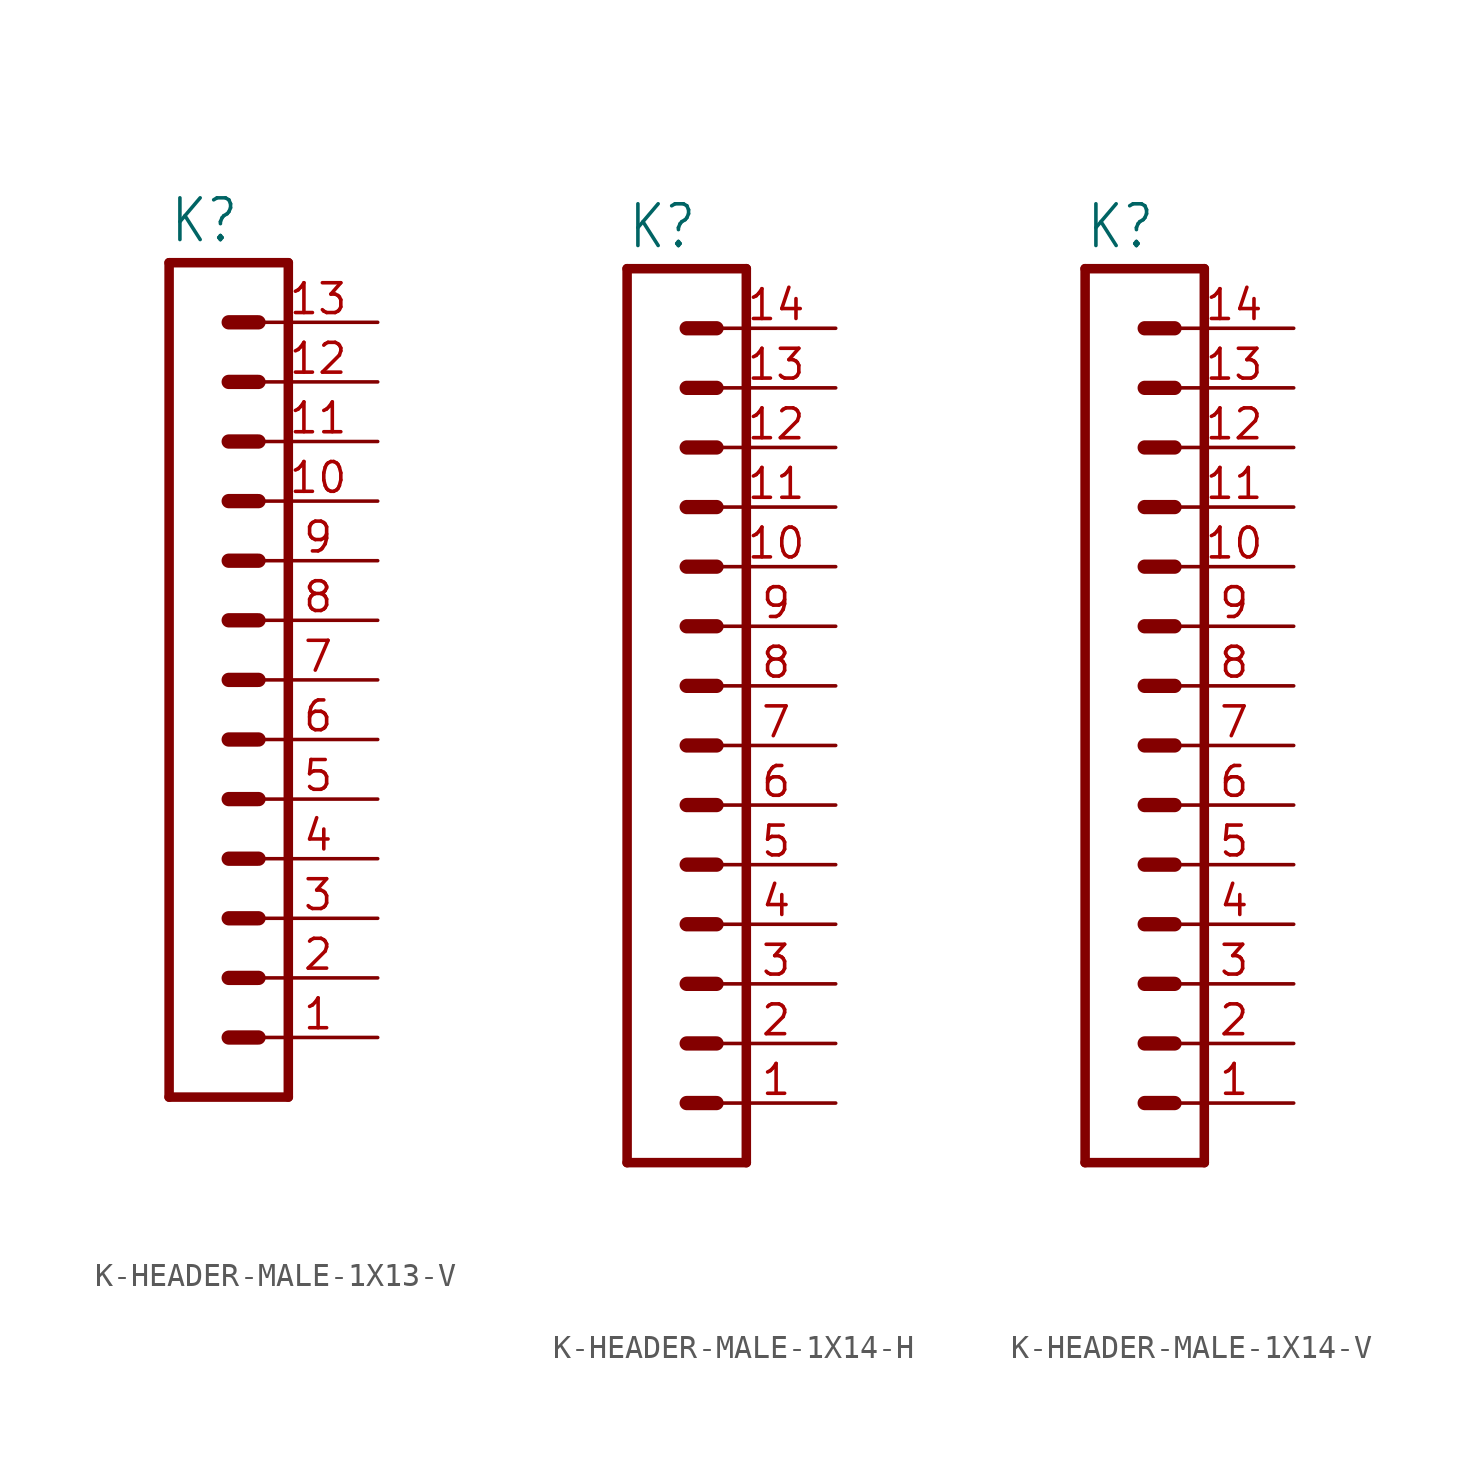
<source format=kicad_sym>
(kicad_symbol_lib
  (version 20231120)
  (generator "kicad_symbol_editor")
  (generator_version "8.0")
  (symbol "K-HEADER-MALE-1X13-V"
    (property "Reference" "K"
      (at -1.27 28.702 0)
      (effects (font (size 1.778 1.511)) (justify left bottom)))
    (property "Value" ""
      (at -1.27 -10.16 0)
      (effects (font (size 1.778 1.511)) (justify left bottom)))
    (property "ki_locked" ""
      (at 0 0 0)
      (effects (font (size 1.27 1.27))))
    (symbol "K-HEADER-MALE-1X13-V_1_0"
      (polyline (pts (xy -1.27 27.94) (xy -1.27 -7.62)) (stroke (width 0.406) (type solid)) (fill (type none)))
      (polyline (pts (xy -1.27 27.94) (xy 3.81 27.94)) (stroke (width 0.406) (type solid)) (fill (type none)))
      (polyline (pts (xy 1.27 -5.08) (xy 2.54 -5.08)) (stroke (width 0.61) (type solid)) (fill (type none)))
      (polyline (pts (xy 1.27 -2.54) (xy 2.54 -2.54)) (stroke (width 0.61) (type solid)) (fill (type none)))
      (polyline (pts (xy 1.27 0) (xy 2.54 0)) (stroke (width 0.61) (type solid)) (fill (type none)))
      (polyline (pts (xy 1.27 2.54) (xy 2.54 2.54)) (stroke (width 0.61) (type solid)) (fill (type none)))
      (polyline (pts (xy 1.27 5.08) (xy 2.54 5.08)) (stroke (width 0.61) (type solid)) (fill (type none)))
      (polyline (pts (xy 1.27 7.62) (xy 2.54 7.62)) (stroke (width 0.61) (type solid)) (fill (type none)))
      (polyline (pts (xy 1.27 10.16) (xy 2.54 10.16)) (stroke (width 0.61) (type solid)) (fill (type none)))
      (polyline (pts (xy 1.27 12.7) (xy 2.54 12.7)) (stroke (width 0.61) (type solid)) (fill (type none)))
      (polyline (pts (xy 1.27 15.24) (xy 2.54 15.24)) (stroke (width 0.61) (type solid)) (fill (type none)))
      (polyline (pts (xy 1.27 17.78) (xy 2.54 17.78)) (stroke (width 0.61) (type solid)) (fill (type none)))
      (polyline (pts (xy 1.27 20.32) (xy 2.54 20.32)) (stroke (width 0.61) (type solid)) (fill (type none)))
      (polyline (pts (xy 1.27 22.86) (xy 2.54 22.86)) (stroke (width 0.61) (type solid)) (fill (type none)))
      (polyline (pts (xy 1.27 25.4) (xy 2.54 25.4)) (stroke (width 0.61) (type solid)) (fill (type none)))
      (polyline (pts (xy 3.81 -7.62) (xy -1.27 -7.62)) (stroke (width 0.406) (type solid)) (fill (type none)))
      (polyline (pts (xy 3.81 -7.62) (xy 3.81 27.94)) (stroke (width 0.406) (type solid)) (fill (type none)))
      (pin passive line (at 7.62 -5.08 180) (length 5.08) (name "1" (effects (font (size 0 0)))) (number "1" (effects (font (size 1.27 1.27)))))
      (pin passive line (at 7.62 17.78 180) (length 5.08) (name "10" (effects (font (size 0 0)))) (number "10" (effects (font (size 1.27 1.27)))))
      (pin passive line (at 7.62 20.32 180) (length 5.08) (name "11" (effects (font (size 0 0)))) (number "11" (effects (font (size 1.27 1.27)))))
      (pin passive line (at 7.62 22.86 180) (length 5.08) (name "12" (effects (font (size 0 0)))) (number "12" (effects (font (size 1.27 1.27)))))
      (pin passive line (at 7.62 25.4 180) (length 5.08) (name "13" (effects (font (size 0 0)))) (number "13" (effects (font (size 1.27 1.27)))))
      (pin passive line (at 7.62 -2.54 180) (length 5.08) (name "2" (effects (font (size 0 0)))) (number "2" (effects (font (size 1.27 1.27)))))
      (pin passive line (at 7.62 0 180) (length 5.08) (name "3" (effects (font (size 0 0)))) (number "3" (effects (font (size 1.27 1.27)))))
      (pin passive line (at 7.62 2.54 180) (length 5.08) (name "4" (effects (font (size 0 0)))) (number "4" (effects (font (size 1.27 1.27)))))
      (pin passive line (at 7.62 5.08 180) (length 5.08) (name "5" (effects (font (size 0 0)))) (number "5" (effects (font (size 1.27 1.27)))))
      (pin passive line (at 7.62 7.62 180) (length 5.08) (name "6" (effects (font (size 0 0)))) (number "6" (effects (font (size 1.27 1.27)))))
      (pin passive line (at 7.62 10.16 180) (length 5.08) (name "7" (effects (font (size 0 0)))) (number "7" (effects (font (size 1.27 1.27)))))
      (pin passive line (at 7.62 12.7 180) (length 5.08) (name "8" (effects (font (size 0 0)))) (number "8" (effects (font (size 1.27 1.27)))))
      (pin passive line (at 7.62 15.24 180) (length 5.08) (name "9" (effects (font (size 0 0)))) (number "9" (effects (font (size 1.27 1.27)))))))
  (symbol "K-HEADER-MALE-1X14-H"
    (property "Reference" "K"
      (at -1.27 31.242 0)
      (effects (font (size 1.778 1.511)) (justify left bottom)))
    (property "Value" ""
      (at -1.27 -10.16 0)
      (effects (font (size 1.778 1.511)) (justify left bottom)))
    (property "ki_locked" ""
      (at 0 0 0)
      (effects (font (size 1.27 1.27))))
    (symbol "K-HEADER-MALE-1X14-H_1_0"
      (polyline (pts (xy -1.27 30.48) (xy -1.27 -7.62)) (stroke (width 0.406) (type solid)) (fill (type none)))
      (polyline (pts (xy -1.27 30.48) (xy 3.81 30.48)) (stroke (width 0.406) (type solid)) (fill (type none)))
      (polyline (pts (xy 1.27 -5.08) (xy 2.54 -5.08)) (stroke (width 0.61) (type solid)) (fill (type none)))
      (polyline (pts (xy 1.27 -2.54) (xy 2.54 -2.54)) (stroke (width 0.61) (type solid)) (fill (type none)))
      (polyline (pts (xy 1.27 0) (xy 2.54 0)) (stroke (width 0.61) (type solid)) (fill (type none)))
      (polyline (pts (xy 1.27 2.54) (xy 2.54 2.54)) (stroke (width 0.61) (type solid)) (fill (type none)))
      (polyline (pts (xy 1.27 5.08) (xy 2.54 5.08)) (stroke (width 0.61) (type solid)) (fill (type none)))
      (polyline (pts (xy 1.27 7.62) (xy 2.54 7.62)) (stroke (width 0.61) (type solid)) (fill (type none)))
      (polyline (pts (xy 1.27 10.16) (xy 2.54 10.16)) (stroke (width 0.61) (type solid)) (fill (type none)))
      (polyline (pts (xy 1.27 12.7) (xy 2.54 12.7)) (stroke (width 0.61) (type solid)) (fill (type none)))
      (polyline (pts (xy 1.27 15.24) (xy 2.54 15.24)) (stroke (width 0.61) (type solid)) (fill (type none)))
      (polyline (pts (xy 1.27 17.78) (xy 2.54 17.78)) (stroke (width 0.61) (type solid)) (fill (type none)))
      (polyline (pts (xy 1.27 20.32) (xy 2.54 20.32)) (stroke (width 0.61) (type solid)) (fill (type none)))
      (polyline (pts (xy 1.27 22.86) (xy 2.54 22.86)) (stroke (width 0.61) (type solid)) (fill (type none)))
      (polyline (pts (xy 1.27 25.4) (xy 2.54 25.4)) (stroke (width 0.61) (type solid)) (fill (type none)))
      (polyline (pts (xy 1.27 27.94) (xy 2.54 27.94)) (stroke (width 0.61) (type solid)) (fill (type none)))
      (polyline (pts (xy 3.81 -7.62) (xy -1.27 -7.62)) (stroke (width 0.406) (type solid)) (fill (type none)))
      (polyline (pts (xy 3.81 -7.62) (xy 3.81 30.48)) (stroke (width 0.406) (type solid)) (fill (type none)))
      (pin passive line (at 7.62 -5.08 180) (length 5.08) (name "1" (effects (font (size 0 0)))) (number "1" (effects (font (size 1.27 1.27)))))
      (pin passive line (at 7.62 17.78 180) (length 5.08) (name "10" (effects (font (size 0 0)))) (number "10" (effects (font (size 1.27 1.27)))))
      (pin passive line (at 7.62 20.32 180) (length 5.08) (name "11" (effects (font (size 0 0)))) (number "11" (effects (font (size 1.27 1.27)))))
      (pin passive line (at 7.62 22.86 180) (length 5.08) (name "12" (effects (font (size 0 0)))) (number "12" (effects (font (size 1.27 1.27)))))
      (pin passive line (at 7.62 25.4 180) (length 5.08) (name "13" (effects (font (size 0 0)))) (number "13" (effects (font (size 1.27 1.27)))))
      (pin passive line (at 7.62 27.94 180) (length 5.08) (name "14" (effects (font (size 0 0)))) (number "14" (effects (font (size 1.27 1.27)))))
      (pin passive line (at 7.62 -2.54 180) (length 5.08) (name "2" (effects (font (size 0 0)))) (number "2" (effects (font (size 1.27 1.27)))))
      (pin passive line (at 7.62 0 180) (length 5.08) (name "3" (effects (font (size 0 0)))) (number "3" (effects (font (size 1.27 1.27)))))
      (pin passive line (at 7.62 2.54 180) (length 5.08) (name "4" (effects (font (size 0 0)))) (number "4" (effects (font (size 1.27 1.27)))))
      (pin passive line (at 7.62 5.08 180) (length 5.08) (name "5" (effects (font (size 0 0)))) (number "5" (effects (font (size 1.27 1.27)))))
      (pin passive line (at 7.62 7.62 180) (length 5.08) (name "6" (effects (font (size 0 0)))) (number "6" (effects (font (size 1.27 1.27)))))
      (pin passive line (at 7.62 10.16 180) (length 5.08) (name "7" (effects (font (size 0 0)))) (number "7" (effects (font (size 1.27 1.27)))))
      (pin passive line (at 7.62 12.7 180) (length 5.08) (name "8" (effects (font (size 0 0)))) (number "8" (effects (font (size 1.27 1.27)))))
      (pin passive line (at 7.62 15.24 180) (length 5.08) (name "9" (effects (font (size 0 0)))) (number "9" (effects (font (size 1.27 1.27)))))))
  (symbol "K-HEADER-MALE-1X14-V"
    (property "Reference" "K"
      (at -1.27 31.242 0)
      (effects (font (size 1.778 1.511)) (justify left bottom)))
    (property "Value" ""
      (at -1.27 -10.16 0)
      (effects (font (size 1.778 1.511)) (justify left bottom)))
    (property "ki_locked" ""
      (at 0 0 0)
      (effects (font (size 1.27 1.27))))
    (symbol "K-HEADER-MALE-1X14-V_1_0"
      (polyline (pts (xy -1.27 30.48) (xy -1.27 -7.62)) (stroke (width 0.406) (type solid)) (fill (type none)))
      (polyline (pts (xy -1.27 30.48) (xy 3.81 30.48)) (stroke (width 0.406) (type solid)) (fill (type none)))
      (polyline (pts (xy 1.27 -5.08) (xy 2.54 -5.08)) (stroke (width 0.61) (type solid)) (fill (type none)))
      (polyline (pts (xy 1.27 -2.54) (xy 2.54 -2.54)) (stroke (width 0.61) (type solid)) (fill (type none)))
      (polyline (pts (xy 1.27 0) (xy 2.54 0)) (stroke (width 0.61) (type solid)) (fill (type none)))
      (polyline (pts (xy 1.27 2.54) (xy 2.54 2.54)) (stroke (width 0.61) (type solid)) (fill (type none)))
      (polyline (pts (xy 1.27 5.08) (xy 2.54 5.08)) (stroke (width 0.61) (type solid)) (fill (type none)))
      (polyline (pts (xy 1.27 7.62) (xy 2.54 7.62)) (stroke (width 0.61) (type solid)) (fill (type none)))
      (polyline (pts (xy 1.27 10.16) (xy 2.54 10.16)) (stroke (width 0.61) (type solid)) (fill (type none)))
      (polyline (pts (xy 1.27 12.7) (xy 2.54 12.7)) (stroke (width 0.61) (type solid)) (fill (type none)))
      (polyline (pts (xy 1.27 15.24) (xy 2.54 15.24)) (stroke (width 0.61) (type solid)) (fill (type none)))
      (polyline (pts (xy 1.27 17.78) (xy 2.54 17.78)) (stroke (width 0.61) (type solid)) (fill (type none)))
      (polyline (pts (xy 1.27 20.32) (xy 2.54 20.32)) (stroke (width 0.61) (type solid)) (fill (type none)))
      (polyline (pts (xy 1.27 22.86) (xy 2.54 22.86)) (stroke (width 0.61) (type solid)) (fill (type none)))
      (polyline (pts (xy 1.27 25.4) (xy 2.54 25.4)) (stroke (width 0.61) (type solid)) (fill (type none)))
      (polyline (pts (xy 1.27 27.94) (xy 2.54 27.94)) (stroke (width 0.61) (type solid)) (fill (type none)))
      (polyline (pts (xy 3.81 -7.62) (xy -1.27 -7.62)) (stroke (width 0.406) (type solid)) (fill (type none)))
      (polyline (pts (xy 3.81 -7.62) (xy 3.81 30.48)) (stroke (width 0.406) (type solid)) (fill (type none)))
      (pin passive line (at 7.62 -5.08 180) (length 5.08) (name "1" (effects (font (size 0 0)))) (number "1" (effects (font (size 1.27 1.27)))))
      (pin passive line (at 7.62 17.78 180) (length 5.08) (name "10" (effects (font (size 0 0)))) (number "10" (effects (font (size 1.27 1.27)))))
      (pin passive line (at 7.62 20.32 180) (length 5.08) (name "11" (effects (font (size 0 0)))) (number "11" (effects (font (size 1.27 1.27)))))
      (pin passive line (at 7.62 22.86 180) (length 5.08) (name "12" (effects (font (size 0 0)))) (number "12" (effects (font (size 1.27 1.27)))))
      (pin passive line (at 7.62 25.4 180) (length 5.08) (name "13" (effects (font (size 0 0)))) (number "13" (effects (font (size 1.27 1.27)))))
      (pin passive line (at 7.62 27.94 180) (length 5.08) (name "14" (effects (font (size 0 0)))) (number "14" (effects (font (size 1.27 1.27)))))
      (pin passive line (at 7.62 -2.54 180) (length 5.08) (name "2" (effects (font (size 0 0)))) (number "2" (effects (font (size 1.27 1.27)))))
      (pin passive line (at 7.62 0 180) (length 5.08) (name "3" (effects (font (size 0 0)))) (number "3" (effects (font (size 1.27 1.27)))))
      (pin passive line (at 7.62 2.54 180) (length 5.08) (name "4" (effects (font (size 0 0)))) (number "4" (effects (font (size 1.27 1.27)))))
      (pin passive line (at 7.62 5.08 180) (length 5.08) (name "5" (effects (font (size 0 0)))) (number "5" (effects (font (size 1.27 1.27)))))
      (pin passive line (at 7.62 7.62 180) (length 5.08) (name "6" (effects (font (size 0 0)))) (number "6" (effects (font (size 1.27 1.27)))))
      (pin passive line (at 7.62 10.16 180) (length 5.08) (name "7" (effects (font (size 0 0)))) (number "7" (effects (font (size 1.27 1.27)))))
      (pin passive line (at 7.62 12.7 180) (length 5.08) (name "8" (effects (font (size 0 0)))) (number "8" (effects (font (size 1.27 1.27)))))
      (pin passive line (at 7.62 15.24 180) (length 5.08) (name "9" (effects (font (size 0 0)))) (number "9" (effects (font (size 1.27 1.27))))))))
</source>
